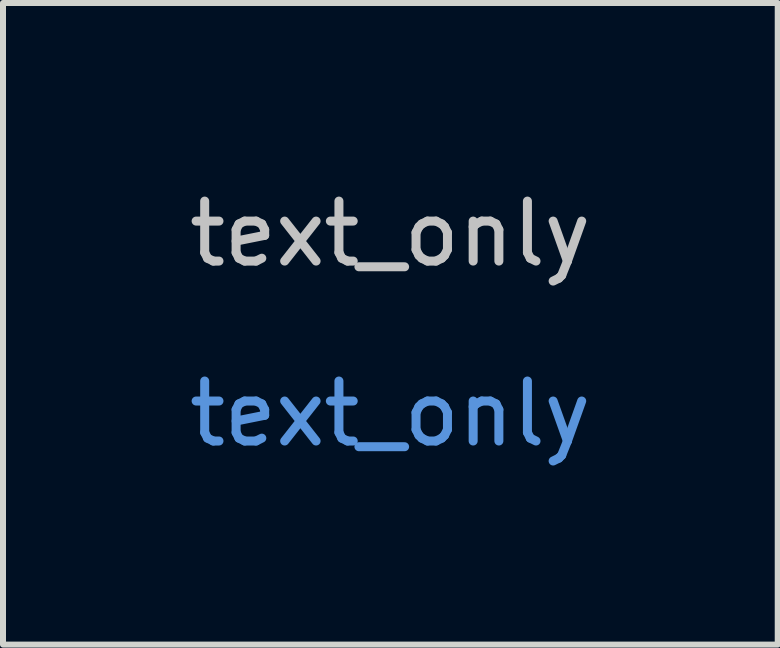
<source format=kicad_pcb>
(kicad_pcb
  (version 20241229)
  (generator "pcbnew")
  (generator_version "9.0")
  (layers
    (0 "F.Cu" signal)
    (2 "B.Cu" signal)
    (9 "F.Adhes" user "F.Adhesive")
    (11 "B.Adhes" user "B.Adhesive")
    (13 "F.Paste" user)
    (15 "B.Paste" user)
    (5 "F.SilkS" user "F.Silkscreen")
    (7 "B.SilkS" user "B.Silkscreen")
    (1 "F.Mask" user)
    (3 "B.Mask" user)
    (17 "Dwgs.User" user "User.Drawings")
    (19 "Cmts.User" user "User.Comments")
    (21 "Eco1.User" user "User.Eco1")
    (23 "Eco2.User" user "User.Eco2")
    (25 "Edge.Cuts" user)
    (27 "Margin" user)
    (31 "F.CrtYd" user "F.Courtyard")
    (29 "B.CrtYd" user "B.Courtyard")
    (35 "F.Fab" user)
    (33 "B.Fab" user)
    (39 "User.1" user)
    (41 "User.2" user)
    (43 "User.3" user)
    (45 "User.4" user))
  (footprint "text_only"
    (layer "F.Cu")
    (at 3.458 1.348)
    (property "Reference" "text_only" (at 0 -0.5 0) (unlocked yes) (layer "Dwgs.User") (effects (font (size 1 1) (thickness 0.15))))
    (fp_text user "${REFERENCE}" (at 0 2.5 0) (unlocked yes) (layer "Cmts.User") (effects (font (size 1 1) (thickness 0.15)))))
  (gr_rect
    (start -3 -3)
    (end 9.917 7.697)
    (stroke (width 0.1) (type default))
    (fill no)
    (layer "Edge.Cuts")))
</source>
